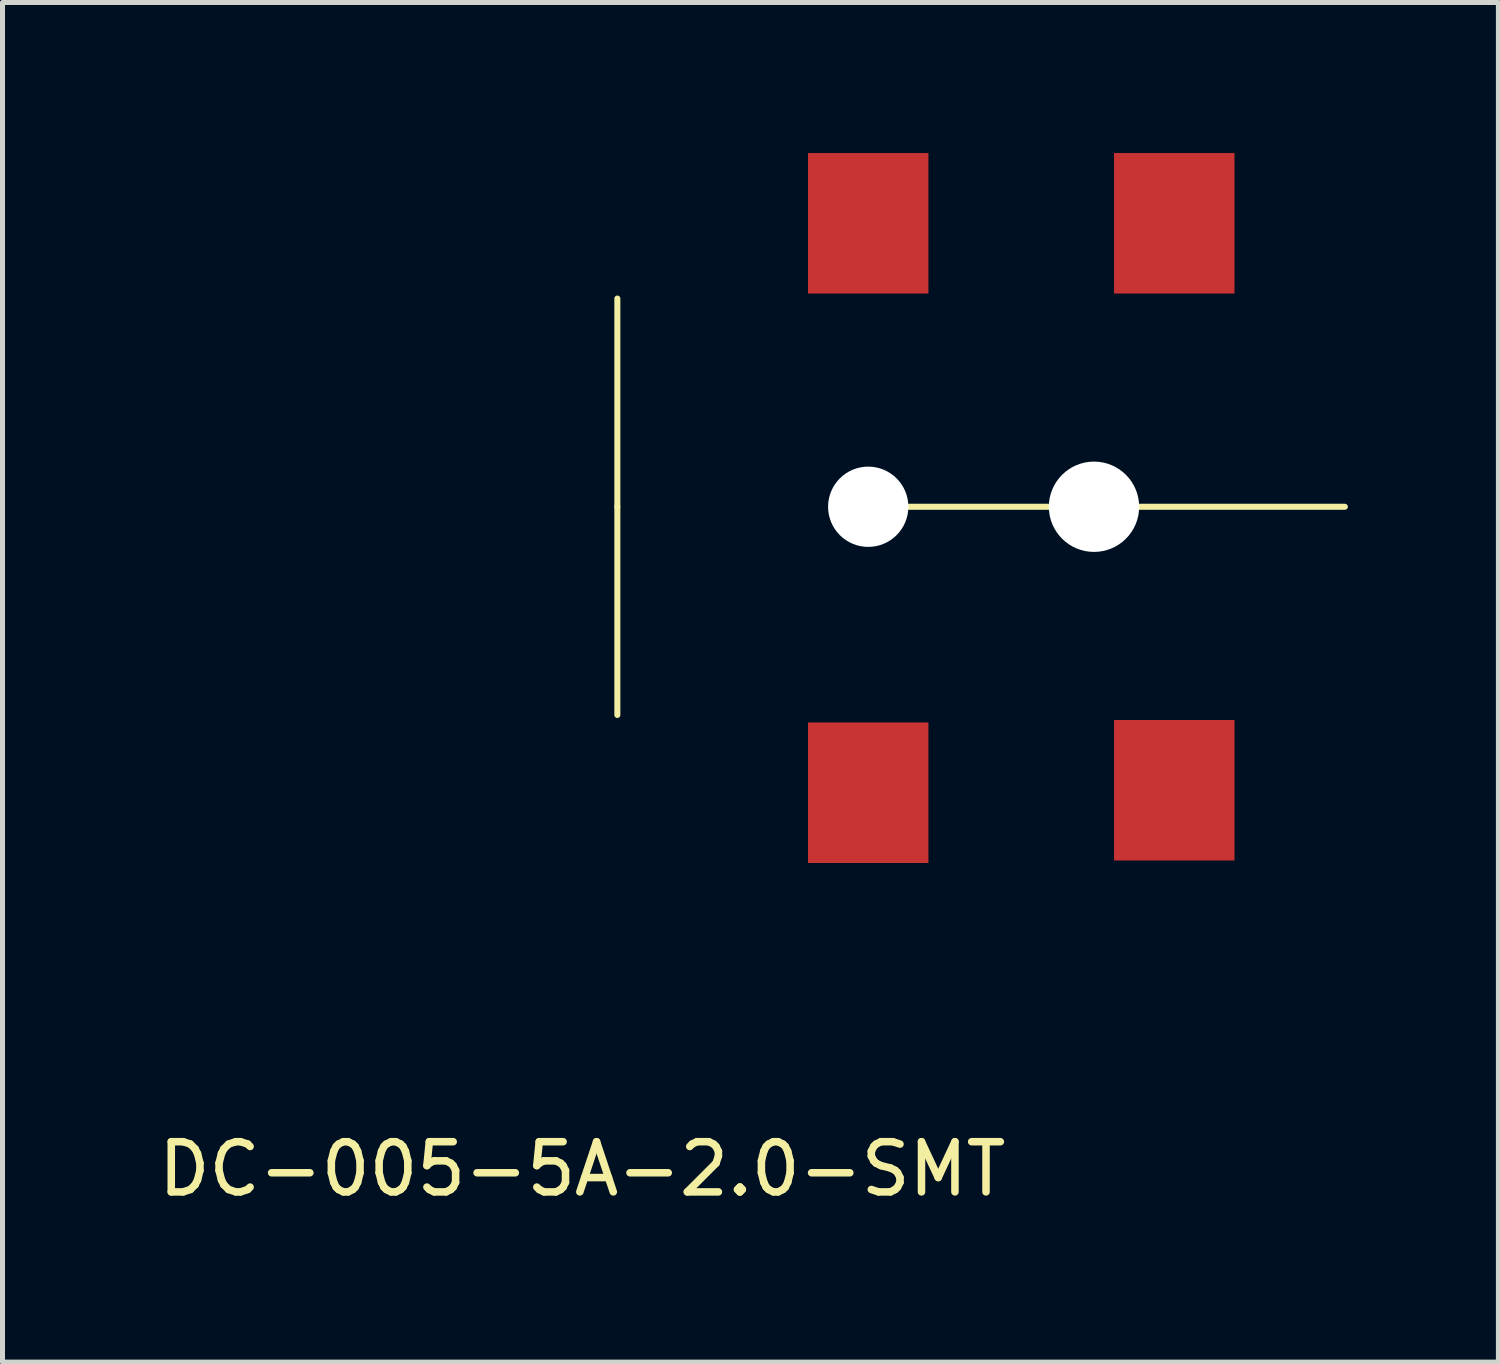
<source format=kicad_pcb>
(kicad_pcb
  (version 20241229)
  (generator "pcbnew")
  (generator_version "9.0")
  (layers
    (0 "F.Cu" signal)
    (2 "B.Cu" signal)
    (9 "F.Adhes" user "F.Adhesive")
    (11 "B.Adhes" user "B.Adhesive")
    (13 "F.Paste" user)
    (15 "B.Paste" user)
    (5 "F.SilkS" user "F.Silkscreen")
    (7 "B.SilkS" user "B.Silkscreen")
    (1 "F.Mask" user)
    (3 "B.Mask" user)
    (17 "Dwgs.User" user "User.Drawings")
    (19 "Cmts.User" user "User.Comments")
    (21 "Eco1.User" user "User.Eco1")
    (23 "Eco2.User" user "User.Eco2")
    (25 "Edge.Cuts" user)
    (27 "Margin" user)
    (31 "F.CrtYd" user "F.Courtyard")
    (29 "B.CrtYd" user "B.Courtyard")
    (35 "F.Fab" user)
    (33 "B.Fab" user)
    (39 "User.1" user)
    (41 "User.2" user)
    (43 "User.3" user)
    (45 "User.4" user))
  (footprint "DC-005-5A-2.0-SMT"
    (layer "F.Cu")
    (at 9.254 7.05)
    (property "Reference" "DC-005-5A-2.0-SMT" (at -0.7 13.2 0) (layer "F.SilkS") (effects (font (size 1 1) (thickness 0.15))))
    (attr through_hole)
    (fp_line (start 0 0) (end 0 -4.15) (stroke (width 0.12) (type solid)) (layer "F.SilkS"))
    (fp_line (start 0 0) (end 0 4.15) (stroke (width 0.12) (type solid)) (layer "F.SilkS"))
    (fp_line (start 5 0) (end 14.5 0) (stroke (width 0.12) (type solid)) (layer "F.SilkS"))
    (pad "" np_thru_hole circle (at 5 0) (size 1.6 1.6) (drill 1.6) (layers "*.Cu" "*.Mask"))
    (pad "" np_thru_hole circle (at 9.5 0) (size 1.8 1.8) (drill 1.8) (layers "*.Cu" "*.Mask"))
    (pad "1" smd rect (at 5 -5.65 90) (size 2.8 2.4) (layers "F.Cu" "F.Mask" "F.Paste"))
    (pad "1" smd rect (at 11.1 -5.65 90) (size 2.8 2.4) (layers "F.Cu" "F.Mask" "F.Paste"))
    (pad "2" smd rect (at 5 5.7 90) (size 2.8 2.4) (layers "F.Cu" "F.Mask" "F.Paste"))
    (pad "3" smd rect (at 11.1 5.65 90) (size 2.8 2.4) (layers "F.Cu" "F.Mask" "F.Paste")))
  (gr_rect
    (start -3 -3)
    (end 26.814 24.098)
    (stroke (width 0.1) (type default))
    (fill no)
    (layer "Edge.Cuts")))
</source>
